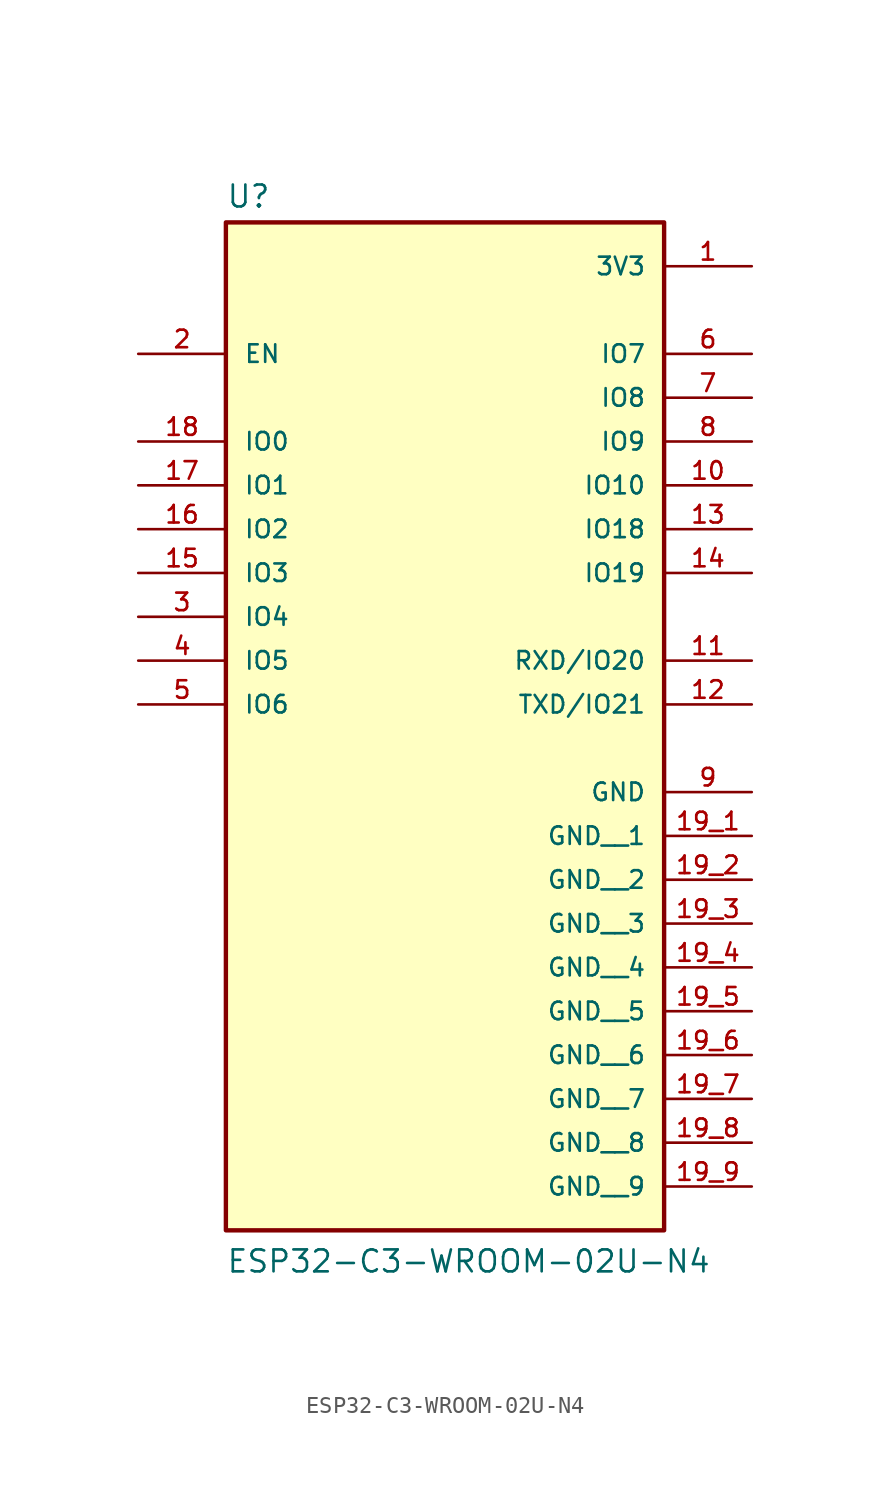
<source format=kicad_sym>
(kicad_symbol_lib
  (version 20211014)
  (generator kicad_symbol_editor)
  (symbol "ESP32-C3-WROOM-02U-N4"
    (pin_names
      (offset 1.016))
    (property "Reference" "U"
      (at -12.7 18.542 0)
      (effects (font (size 1.27 1.27)) (justify bottom left)))
    (property "Value" "ESP32-C3-WROOM-02U-N4"
      (at -12.7 -43.18 0)
      (effects (font (size 1.27 1.27)) (justify bottom left)))
    (symbol "ESP32-C3-WROOM-02U-N4_0_0"
      (rectangle (start -12.7 -40.64) (end 12.7 17.78) (stroke (width 0.254)) (fill (type background)))
      (pin power_in line (at 17.78 15.24 180.0) (length 5.08) (name "3V3" (effects (font (size 1.016 1.016)))) (number "1" (effects (font (size 1.016 1.016)))))
      (pin input line (at -17.78 10.16 0) (length 5.08) (name "EN" (effects (font (size 1.016 1.016)))) (number "2" (effects (font (size 1.016 1.016)))))
      (pin power_in line (at 17.78 -15.24 180.0) (length 5.08) (name "GND" (effects (font (size 1.016 1.016)))) (number "9" (effects (font (size 1.016 1.016)))))
      (pin bidirectional line (at -17.78 5.08 0) (length 5.08) (name "IO0" (effects (font (size 1.016 1.016)))) (number "18" (effects (font (size 1.016 1.016)))))
      (pin bidirectional line (at -17.78 2.54 0) (length 5.08) (name "IO1" (effects (font (size 1.016 1.016)))) (number "17" (effects (font (size 1.016 1.016)))))
      (pin bidirectional line (at -17.78 0.0 0) (length 5.08) (name "IO2" (effects (font (size 1.016 1.016)))) (number "16" (effects (font (size 1.016 1.016)))))
      (pin bidirectional line (at -17.78 -2.54 0) (length 5.08) (name "IO3" (effects (font (size 1.016 1.016)))) (number "15" (effects (font (size 1.016 1.016)))))
      (pin bidirectional line (at -17.78 -5.08 0) (length 5.08) (name "IO4" (effects (font (size 1.016 1.016)))) (number "3" (effects (font (size 1.016 1.016)))))
      (pin bidirectional line (at -17.78 -7.62 0) (length 5.08) (name "IO5" (effects (font (size 1.016 1.016)))) (number "4" (effects (font (size 1.016 1.016)))))
      (pin bidirectional line (at -17.78 -10.16 0) (length 5.08) (name "IO6" (effects (font (size 1.016 1.016)))) (number "5" (effects (font (size 1.016 1.016)))))
      (pin bidirectional line (at 17.78 10.16 180.0) (length 5.08) (name "IO7" (effects (font (size 1.016 1.016)))) (number "6" (effects (font (size 1.016 1.016)))))
      (pin bidirectional line (at 17.78 7.62 180.0) (length 5.08) (name "IO8" (effects (font (size 1.016 1.016)))) (number "7" (effects (font (size 1.016 1.016)))))
      (pin bidirectional line (at 17.78 5.08 180.0) (length 5.08) (name "IO9" (effects (font (size 1.016 1.016)))) (number "8" (effects (font (size 1.016 1.016)))))
      (pin bidirectional line (at 17.78 2.54 180.0) (length 5.08) (name "IO10" (effects (font (size 1.016 1.016)))) (number "10" (effects (font (size 1.016 1.016)))))
      (pin bidirectional line (at 17.78 0.0 180.0) (length 5.08) (name "IO18" (effects (font (size 1.016 1.016)))) (number "13" (effects (font (size 1.016 1.016)))))
      (pin bidirectional line (at 17.78 -2.54 180.0) (length 5.08) (name "IO19" (effects (font (size 1.016 1.016)))) (number "14" (effects (font (size 1.016 1.016)))))
      (pin bidirectional line (at 17.78 -10.16 180.0) (length 5.08) (name "TXD/IO21" (effects (font (size 1.016 1.016)))) (number "12" (effects (font (size 1.016 1.016)))))
      (pin bidirectional line (at 17.78 -7.62 180.0) (length 5.08) (name "RXD/IO20" (effects (font (size 1.016 1.016)))) (number "11" (effects (font (size 1.016 1.016)))))
      (pin power_in line (at 17.78 -17.78 180.0) (length 5.08) (name "GND__1" (effects (font (size 1.016 1.016)))) (number "19_1" (effects (font (size 1.016 1.016)))))
      (pin power_in line (at 17.78 -20.32 180.0) (length 5.08) (name "GND__2" (effects (font (size 1.016 1.016)))) (number "19_2" (effects (font (size 1.016 1.016)))))
      (pin power_in line (at 17.78 -22.86 180.0) (length 5.08) (name "GND__3" (effects (font (size 1.016 1.016)))) (number "19_3" (effects (font (size 1.016 1.016)))))
      (pin power_in line (at 17.78 -25.4 180.0) (length 5.08) (name "GND__4" (effects (font (size 1.016 1.016)))) (number "19_4" (effects (font (size 1.016 1.016)))))
      (pin power_in line (at 17.78 -27.94 180.0) (length 5.08) (name "GND__5" (effects (font (size 1.016 1.016)))) (number "19_5" (effects (font (size 1.016 1.016)))))
      (pin power_in line (at 17.78 -30.48 180.0) (length 5.08) (name "GND__6" (effects (font (size 1.016 1.016)))) (number "19_6" (effects (font (size 1.016 1.016)))))
      (pin power_in line (at 17.78 -33.02 180.0) (length 5.08) (name "GND__7" (effects (font (size 1.016 1.016)))) (number "19_7" (effects (font (size 1.016 1.016)))))
      (pin power_in line (at 17.78 -35.56 180.0) (length 5.08) (name "GND__8" (effects (font (size 1.016 1.016)))) (number "19_8" (effects (font (size 1.016 1.016)))))
      (pin power_in line (at 17.78 -38.1 180.0) (length 5.08) (name "GND__9" (effects (font (size 1.016 1.016)))) (number "19_9" (effects (font (size 1.016 1.016))))))))
</source>
